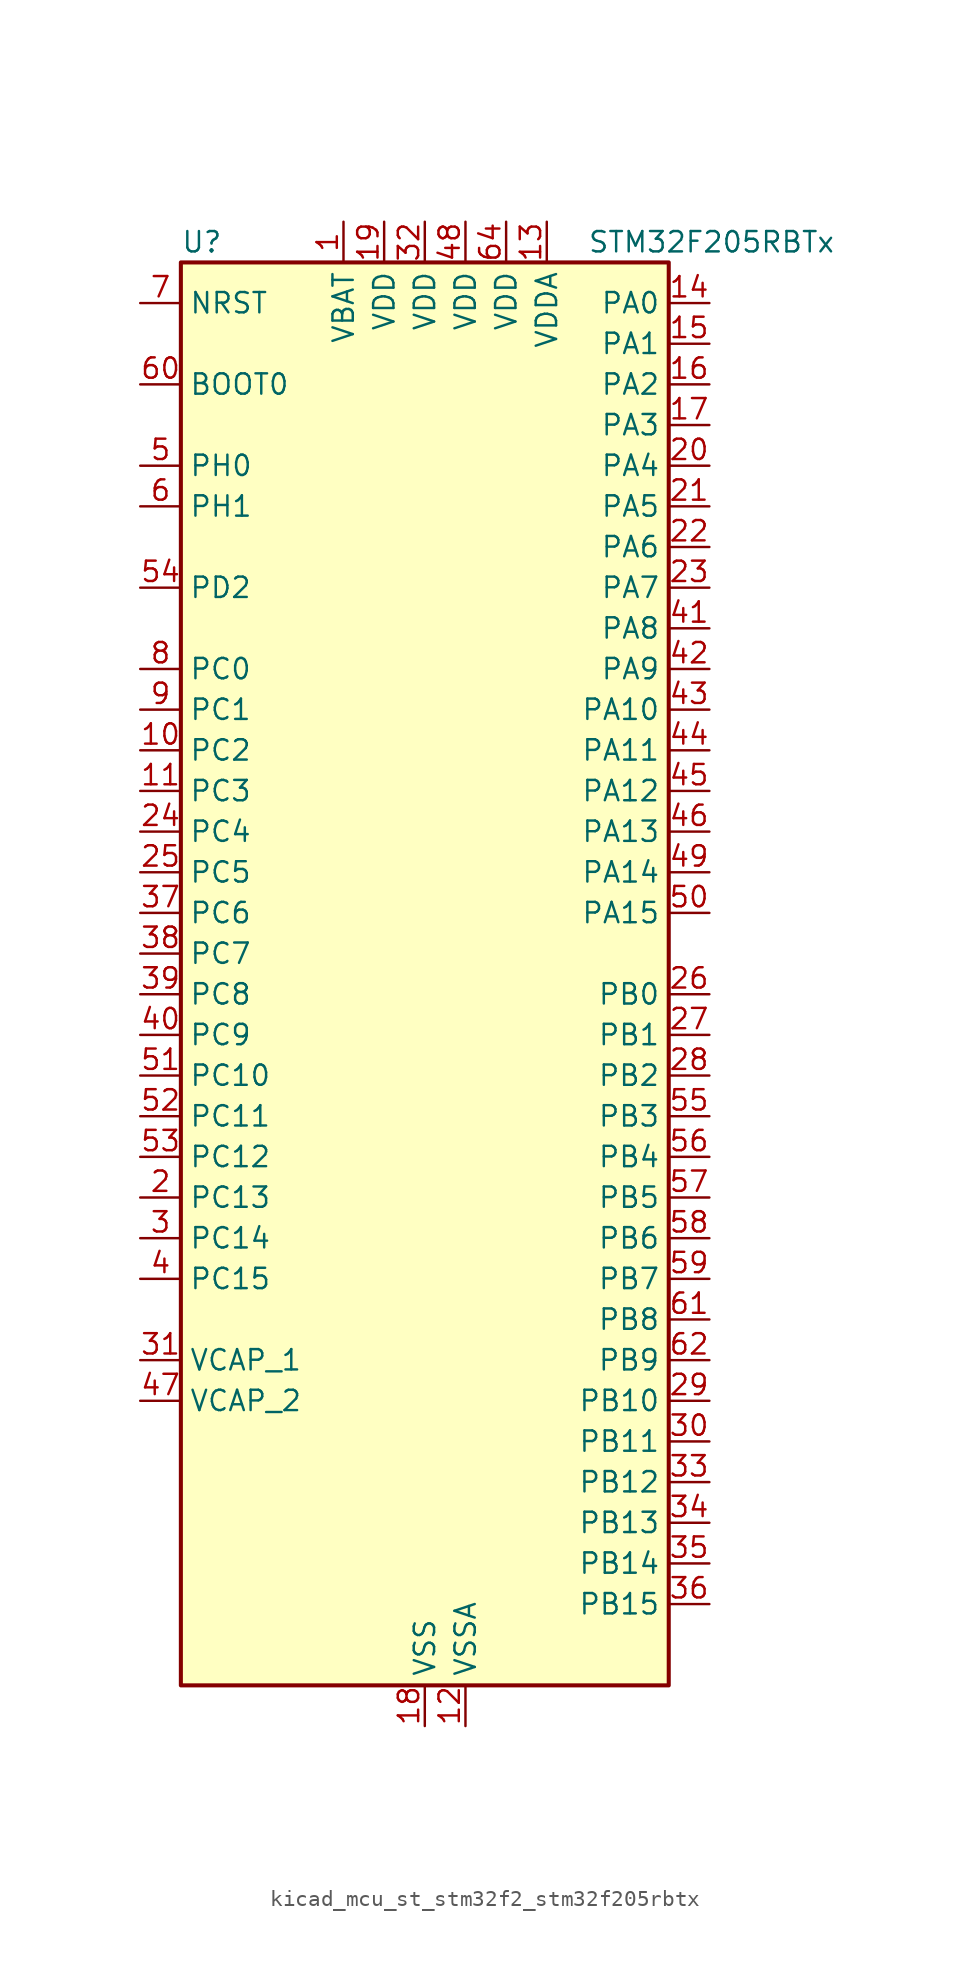
<source format=kicad_sym>
(kicad_symbol_lib
  (version 20220914)
  (generator kicad_symbol_editor)
  (symbol "kicad_mcu_st_stm32f2_stm32f205rbtx"
    (property "Reference" "U"
      (at -15.24 46.99 0)
      (effects (font (size 1.27 1.27)) (justify left)))
    (property "Value" "STM32F205RBTx"
      (at 10.16 46.99 0)
      (effects (font (size 1.27 1.27)) (justify left)))
    (property "ki_locked" ""
      (at 0 0 0)
      (effects (font (size 1.27 1.27))))
    (symbol "kicad_mcu_st_stm32f2_stm32f205rbtx_0_1"
      (rectangle (start -15.24 -43.18) (end 15.24 45.72) (stroke (width 0.254) (type default)) (fill (type background))))
    (symbol "kicad_mcu_st_stm32f2_stm32f205rbtx_1_1"
      (pin power_in line (at -5.08 48.26 270) (length 2.54) (name "VBAT" (effects (font (size 1.27 1.27)))) (number "1" (effects (font (size 1.27 1.27)))))
      (pin bidirectional line (at -17.78 15.24 0) (length 2.54) (name "PC2" (effects (font (size 1.27 1.27)))) (number "10" (effects (font (size 1.27 1.27)))) (alternate "ADC1_IN12" bidirectional line) (alternate "ADC2_IN12" bidirectional line) (alternate "ADC3_IN12" bidirectional line) (alternate "SPI2_MISO" bidirectional line) (alternate "USB_OTG_HS_ULPI_DIR" bidirectional line))
      (pin bidirectional line (at -17.78 12.7 0) (length 2.54) (name "PC3" (effects (font (size 1.27 1.27)))) (number "11" (effects (font (size 1.27 1.27)))) (alternate "ADC1_IN13" bidirectional line) (alternate "ADC2_IN13" bidirectional line) (alternate "ADC3_IN13" bidirectional line) (alternate "I2S2_SD" bidirectional line) (alternate "SPI2_MOSI" bidirectional line) (alternate "USB_OTG_HS_ULPI_NXT" bidirectional line))
      (pin power_in line (at 2.54 -45.72 90) (length 2.54) (name "VSSA" (effects (font (size 1.27 1.27)))) (number "12" (effects (font (size 1.27 1.27)))))
      (pin power_in line (at 7.62 48.26 270) (length 2.54) (name "VDDA" (effects (font (size 1.27 1.27)))) (number "13" (effects (font (size 1.27 1.27)))))
      (pin bidirectional line (at 17.78 43.18 180) (length 2.54) (name "PA0" (effects (font (size 1.27 1.27)))) (number "14" (effects (font (size 1.27 1.27)))) (alternate "ADC1_IN0" bidirectional line) (alternate "ADC2_IN0" bidirectional line) (alternate "ADC3_IN0" bidirectional line) (alternate "SYS_WKUP" bidirectional line) (alternate "TIM2_CH1" bidirectional line) (alternate "TIM2_ETR" bidirectional line) (alternate "TIM5_CH1" bidirectional line) (alternate "TIM8_ETR" bidirectional line) (alternate "UART4_TX" bidirectional line) (alternate "USART2_CTS" bidirectional line))
      (pin bidirectional line (at 17.78 40.64 180) (length 2.54) (name "PA1" (effects (font (size 1.27 1.27)))) (number "15" (effects (font (size 1.27 1.27)))) (alternate "ADC1_IN1" bidirectional line) (alternate "ADC2_IN1" bidirectional line) (alternate "ADC3_IN1" bidirectional line) (alternate "TIM2_CH2" bidirectional line) (alternate "TIM5_CH2" bidirectional line) (alternate "UART4_RX" bidirectional line) (alternate "USART2_RTS" bidirectional line))
      (pin bidirectional line (at 17.78 38.1 180) (length 2.54) (name "PA2" (effects (font (size 1.27 1.27)))) (number "16" (effects (font (size 1.27 1.27)))) (alternate "ADC1_IN2" bidirectional line) (alternate "ADC2_IN2" bidirectional line) (alternate "ADC3_IN2" bidirectional line) (alternate "TIM2_CH3" bidirectional line) (alternate "TIM5_CH3" bidirectional line) (alternate "TIM9_CH1" bidirectional line) (alternate "USART2_TX" bidirectional line))
      (pin bidirectional line (at 17.78 35.56 180) (length 2.54) (name "PA3" (effects (font (size 1.27 1.27)))) (number "17" (effects (font (size 1.27 1.27)))) (alternate "ADC1_IN3" bidirectional line) (alternate "ADC2_IN3" bidirectional line) (alternate "ADC3_IN3" bidirectional line) (alternate "TIM2_CH4" bidirectional line) (alternate "TIM5_CH4" bidirectional line) (alternate "TIM9_CH2" bidirectional line) (alternate "USART2_RX" bidirectional line) (alternate "USB_OTG_HS_ULPI_D0" bidirectional line))
      (pin power_in line (at 0 -45.72 90) (length 2.54) (name "VSS" (effects (font (size 1.27 1.27)))) (number "18" (effects (font (size 1.27 1.27)))))
      (pin power_in line (at -2.54 48.26 270) (length 2.54) (name "VDD" (effects (font (size 1.27 1.27)))) (number "19" (effects (font (size 1.27 1.27)))))
      (pin bidirectional line (at -17.78 -12.7 0) (length 2.54) (name "PC13" (effects (font (size 1.27 1.27)))) (number "2" (effects (font (size 1.27 1.27)))) (alternate "RTC_AF1" bidirectional line))
      (pin bidirectional line (at 17.78 33.02 180) (length 2.54) (name "PA4" (effects (font (size 1.27 1.27)))) (number "20" (effects (font (size 1.27 1.27)))) (alternate "ADC1_IN4" bidirectional line) (alternate "ADC2_IN4" bidirectional line) (alternate "DAC_OUT1" bidirectional line) (alternate "I2S3_WS" bidirectional line) (alternate "SPI1_NSS" bidirectional line) (alternate "SPI3_NSS" bidirectional line) (alternate "USART2_CK" bidirectional line) (alternate "USB_OTG_HS_SOF" bidirectional line))
      (pin bidirectional line (at 17.78 30.48 180) (length 2.54) (name "PA5" (effects (font (size 1.27 1.27)))) (number "21" (effects (font (size 1.27 1.27)))) (alternate "ADC1_IN5" bidirectional line) (alternate "ADC2_IN5" bidirectional line) (alternate "DAC_OUT2" bidirectional line) (alternate "SPI1_SCK" bidirectional line) (alternate "TIM2_CH1" bidirectional line) (alternate "TIM2_ETR" bidirectional line) (alternate "TIM8_CH1N" bidirectional line) (alternate "USB_OTG_HS_ULPI_CK" bidirectional line))
      (pin bidirectional line (at 17.78 27.94 180) (length 2.54) (name "PA6" (effects (font (size 1.27 1.27)))) (number "22" (effects (font (size 1.27 1.27)))) (alternate "ADC1_IN6" bidirectional line) (alternate "ADC2_IN6" bidirectional line) (alternate "SPI1_MISO" bidirectional line) (alternate "TIM13_CH1" bidirectional line) (alternate "TIM1_BKIN" bidirectional line) (alternate "TIM3_CH1" bidirectional line) (alternate "TIM8_BKIN" bidirectional line))
      (pin bidirectional line (at 17.78 25.4 180) (length 2.54) (name "PA7" (effects (font (size 1.27 1.27)))) (number "23" (effects (font (size 1.27 1.27)))) (alternate "ADC1_IN7" bidirectional line) (alternate "ADC2_IN7" bidirectional line) (alternate "SPI1_MOSI" bidirectional line) (alternate "TIM14_CH1" bidirectional line) (alternate "TIM1_CH1N" bidirectional line) (alternate "TIM3_CH2" bidirectional line) (alternate "TIM8_CH1N" bidirectional line))
      (pin bidirectional line (at -17.78 10.16 0) (length 2.54) (name "PC4" (effects (font (size 1.27 1.27)))) (number "24" (effects (font (size 1.27 1.27)))) (alternate "ADC1_IN14" bidirectional line) (alternate "ADC2_IN14" bidirectional line))
      (pin bidirectional line (at -17.78 7.62 0) (length 2.54) (name "PC5" (effects (font (size 1.27 1.27)))) (number "25" (effects (font (size 1.27 1.27)))) (alternate "ADC1_IN15" bidirectional line) (alternate "ADC2_IN15" bidirectional line))
      (pin bidirectional line (at 17.78 0 180) (length 2.54) (name "PB0" (effects (font (size 1.27 1.27)))) (number "26" (effects (font (size 1.27 1.27)))) (alternate "ADC1_IN8" bidirectional line) (alternate "ADC2_IN8" bidirectional line) (alternate "TIM1_CH2N" bidirectional line) (alternate "TIM3_CH3" bidirectional line) (alternate "TIM8_CH2N" bidirectional line) (alternate "USB_OTG_HS_ULPI_D1" bidirectional line))
      (pin bidirectional line (at 17.78 -2.54 180) (length 2.54) (name "PB1" (effects (font (size 1.27 1.27)))) (number "27" (effects (font (size 1.27 1.27)))) (alternate "ADC1_IN9" bidirectional line) (alternate "ADC2_IN9" bidirectional line) (alternate "TIM1_CH3N" bidirectional line) (alternate "TIM3_CH4" bidirectional line) (alternate "TIM8_CH3N" bidirectional line) (alternate "USB_OTG_HS_ULPI_D2" bidirectional line))
      (pin bidirectional line (at 17.78 -5.08 180) (length 2.54) (name "PB2" (effects (font (size 1.27 1.27)))) (number "28" (effects (font (size 1.27 1.27)))))
      (pin bidirectional line (at 17.78 -25.4 180) (length 2.54) (name "PB10" (effects (font (size 1.27 1.27)))) (number "29" (effects (font (size 1.27 1.27)))) (alternate "I2C2_SCL" bidirectional line) (alternate "I2S2_SCK" bidirectional line) (alternate "SPI2_SCK" bidirectional line) (alternate "TIM2_CH3" bidirectional line) (alternate "USART3_TX" bidirectional line) (alternate "USB_OTG_HS_ULPI_D3" bidirectional line))
      (pin bidirectional line (at -17.78 -15.24 0) (length 2.54) (name "PC14" (effects (font (size 1.27 1.27)))) (number "3" (effects (font (size 1.27 1.27)))) (alternate "RCC_OSC32_IN" bidirectional line))
      (pin bidirectional line (at 17.78 -27.94 180) (length 2.54) (name "PB11" (effects (font (size 1.27 1.27)))) (number "30" (effects (font (size 1.27 1.27)))) (alternate "ADC1_EXTI11" bidirectional line) (alternate "ADC2_EXTI11" bidirectional line) (alternate "ADC3_EXTI11" bidirectional line) (alternate "I2C2_SDA" bidirectional line) (alternate "TIM2_CH4" bidirectional line) (alternate "USART3_RX" bidirectional line) (alternate "USB_OTG_HS_ULPI_D4" bidirectional line))
      (pin power_out line (at -17.78 -22.86 0) (length 2.54) (name "VCAP_1" (effects (font (size 1.27 1.27)))) (number "31" (effects (font (size 1.27 1.27)))))
      (pin power_in line (at 0 48.26 270) (length 2.54) (name "VDD" (effects (font (size 1.27 1.27)))) (number "32" (effects (font (size 1.27 1.27)))))
      (pin bidirectional line (at 17.78 -30.48 180) (length 2.54) (name "PB12" (effects (font (size 1.27 1.27)))) (number "33" (effects (font (size 1.27 1.27)))) (alternate "CAN2_RX" bidirectional line) (alternate "I2C2_SMBA" bidirectional line) (alternate "I2S2_WS" bidirectional line) (alternate "SPI2_NSS" bidirectional line) (alternate "TIM1_BKIN" bidirectional line) (alternate "USART3_CK" bidirectional line) (alternate "USB_OTG_HS_ID" bidirectional line) (alternate "USB_OTG_HS_ULPI_D5" bidirectional line))
      (pin bidirectional line (at 17.78 -33.02 180) (length 2.54) (name "PB13" (effects (font (size 1.27 1.27)))) (number "34" (effects (font (size 1.27 1.27)))) (alternate "CAN2_TX" bidirectional line) (alternate "I2S2_SCK" bidirectional line) (alternate "SPI2_SCK" bidirectional line) (alternate "TIM1_CH1N" bidirectional line) (alternate "USART3_CTS" bidirectional line) (alternate "USB_OTG_HS_ULPI_D6" bidirectional line) (alternate "USB_OTG_HS_VBUS" bidirectional line))
      (pin bidirectional line (at 17.78 -35.56 180) (length 2.54) (name "PB14" (effects (font (size 1.27 1.27)))) (number "35" (effects (font (size 1.27 1.27)))) (alternate "SPI2_MISO" bidirectional line) (alternate "TIM12_CH1" bidirectional line) (alternate "TIM1_CH2N" bidirectional line) (alternate "TIM8_CH2N" bidirectional line) (alternate "USART3_RTS" bidirectional line) (alternate "USB_OTG_HS_DM" bidirectional line))
      (pin bidirectional line (at 17.78 -38.1 180) (length 2.54) (name "PB15" (effects (font (size 1.27 1.27)))) (number "36" (effects (font (size 1.27 1.27)))) (alternate "ADC1_EXTI15" bidirectional line) (alternate "ADC2_EXTI15" bidirectional line) (alternate "ADC3_EXTI15" bidirectional line) (alternate "I2S2_SD" bidirectional line) (alternate "RTC_REFIN" bidirectional line) (alternate "SPI2_MOSI" bidirectional line) (alternate "TIM12_CH2" bidirectional line) (alternate "TIM1_CH3N" bidirectional line) (alternate "TIM8_CH3N" bidirectional line) (alternate "USB_OTG_HS_DP" bidirectional line))
      (pin bidirectional line (at -17.78 5.08 0) (length 2.54) (name "PC6" (effects (font (size 1.27 1.27)))) (number "37" (effects (font (size 1.27 1.27)))) (alternate "I2S2_MCK" bidirectional line) (alternate "SDIO_D6" bidirectional line) (alternate "TIM3_CH1" bidirectional line) (alternate "TIM8_CH1" bidirectional line) (alternate "USART6_TX" bidirectional line))
      (pin bidirectional line (at -17.78 2.54 0) (length 2.54) (name "PC7" (effects (font (size 1.27 1.27)))) (number "38" (effects (font (size 1.27 1.27)))) (alternate "I2S3_MCK" bidirectional line) (alternate "SDIO_D7" bidirectional line) (alternate "TIM3_CH2" bidirectional line) (alternate "TIM8_CH2" bidirectional line) (alternate "USART6_RX" bidirectional line))
      (pin bidirectional line (at -17.78 0 0) (length 2.54) (name "PC8" (effects (font (size 1.27 1.27)))) (number "39" (effects (font (size 1.27 1.27)))) (alternate "SDIO_D0" bidirectional line) (alternate "TIM3_CH3" bidirectional line) (alternate "TIM8_CH3" bidirectional line) (alternate "USART6_CK" bidirectional line))
      (pin bidirectional line (at -17.78 -17.78 0) (length 2.54) (name "PC15" (effects (font (size 1.27 1.27)))) (number "4" (effects (font (size 1.27 1.27)))) (alternate "ADC1_EXTI15" bidirectional line) (alternate "ADC2_EXTI15" bidirectional line) (alternate "ADC3_EXTI15" bidirectional line) (alternate "RCC_OSC32_OUT" bidirectional line))
      (pin bidirectional line (at -17.78 -2.54 0) (length 2.54) (name "PC9" (effects (font (size 1.27 1.27)))) (number "40" (effects (font (size 1.27 1.27)))) (alternate "DAC_EXTI9" bidirectional line) (alternate "I2C3_SDA" bidirectional line) (alternate "I2S_CKIN" bidirectional line) (alternate "RCC_MCO_2" bidirectional line) (alternate "SDIO_D1" bidirectional line) (alternate "TIM3_CH4" bidirectional line) (alternate "TIM8_CH4" bidirectional line))
      (pin bidirectional line (at 17.78 22.86 180) (length 2.54) (name "PA8" (effects (font (size 1.27 1.27)))) (number "41" (effects (font (size 1.27 1.27)))) (alternate "I2C3_SCL" bidirectional line) (alternate "RCC_MCO_1" bidirectional line) (alternate "TIM1_CH1" bidirectional line) (alternate "USART1_CK" bidirectional line) (alternate "USB_OTG_FS_SOF" bidirectional line))
      (pin bidirectional line (at 17.78 20.32 180) (length 2.54) (name "PA9" (effects (font (size 1.27 1.27)))) (number "42" (effects (font (size 1.27 1.27)))) (alternate "DAC_EXTI9" bidirectional line) (alternate "I2C3_SMBA" bidirectional line) (alternate "TIM1_CH2" bidirectional line) (alternate "USART1_TX" bidirectional line) (alternate "USB_OTG_FS_VBUS" bidirectional line))
      (pin bidirectional line (at 17.78 17.78 180) (length 2.54) (name "PA10" (effects (font (size 1.27 1.27)))) (number "43" (effects (font (size 1.27 1.27)))) (alternate "TIM1_CH3" bidirectional line) (alternate "USART1_RX" bidirectional line) (alternate "USB_OTG_FS_ID" bidirectional line))
      (pin bidirectional line (at 17.78 15.24 180) (length 2.54) (name "PA11" (effects (font (size 1.27 1.27)))) (number "44" (effects (font (size 1.27 1.27)))) (alternate "ADC1_EXTI11" bidirectional line) (alternate "ADC2_EXTI11" bidirectional line) (alternate "ADC3_EXTI11" bidirectional line) (alternate "CAN1_RX" bidirectional line) (alternate "TIM1_CH4" bidirectional line) (alternate "USART1_CTS" bidirectional line) (alternate "USB_OTG_FS_DM" bidirectional line))
      (pin bidirectional line (at 17.78 12.7 180) (length 2.54) (name "PA12" (effects (font (size 1.27 1.27)))) (number "45" (effects (font (size 1.27 1.27)))) (alternate "CAN1_TX" bidirectional line) (alternate "TIM1_ETR" bidirectional line) (alternate "USART1_RTS" bidirectional line) (alternate "USB_OTG_FS_DP" bidirectional line))
      (pin bidirectional line (at 17.78 10.16 180) (length 2.54) (name "PA13" (effects (font (size 1.27 1.27)))) (number "46" (effects (font (size 1.27 1.27)))) (alternate "SYS_JTMS-SWDIO" bidirectional line))
      (pin power_out line (at -17.78 -25.4 0) (length 2.54) (name "VCAP_2" (effects (font (size 1.27 1.27)))) (number "47" (effects (font (size 1.27 1.27)))))
      (pin power_in line (at 2.54 48.26 270) (length 2.54) (name "VDD" (effects (font (size 1.27 1.27)))) (number "48" (effects (font (size 1.27 1.27)))))
      (pin bidirectional line (at 17.78 7.62 180) (length 2.54) (name "PA14" (effects (font (size 1.27 1.27)))) (number "49" (effects (font (size 1.27 1.27)))) (alternate "SYS_JTCK-SWCLK" bidirectional line))
      (pin bidirectional line (at -17.78 33.02 0) (length 2.54) (name "PH0" (effects (font (size 1.27 1.27)))) (number "5" (effects (font (size 1.27 1.27)))) (alternate "RCC_OSC_IN" bidirectional line))
      (pin bidirectional line (at 17.78 5.08 180) (length 2.54) (name "PA15" (effects (font (size 1.27 1.27)))) (number "50" (effects (font (size 1.27 1.27)))) (alternate "ADC1_EXTI15" bidirectional line) (alternate "ADC2_EXTI15" bidirectional line) (alternate "ADC3_EXTI15" bidirectional line) (alternate "I2S3_WS" bidirectional line) (alternate "SPI1_NSS" bidirectional line) (alternate "SPI3_NSS" bidirectional line) (alternate "SYS_JTDI" bidirectional line) (alternate "TIM2_CH1" bidirectional line) (alternate "TIM2_ETR" bidirectional line))
      (pin bidirectional line (at -17.78 -5.08 0) (length 2.54) (name "PC10" (effects (font (size 1.27 1.27)))) (number "51" (effects (font (size 1.27 1.27)))) (alternate "I2S3_SCK" bidirectional line) (alternate "SDIO_D2" bidirectional line) (alternate "SPI3_SCK" bidirectional line) (alternate "UART4_TX" bidirectional line) (alternate "USART3_TX" bidirectional line))
      (pin bidirectional line (at -17.78 -7.62 0) (length 2.54) (name "PC11" (effects (font (size 1.27 1.27)))) (number "52" (effects (font (size 1.27 1.27)))) (alternate "ADC1_EXTI11" bidirectional line) (alternate "ADC2_EXTI11" bidirectional line) (alternate "ADC3_EXTI11" bidirectional line) (alternate "SDIO_D3" bidirectional line) (alternate "SPI3_MISO" bidirectional line) (alternate "UART4_RX" bidirectional line) (alternate "USART3_RX" bidirectional line))
      (pin bidirectional line (at -17.78 -10.16 0) (length 2.54) (name "PC12" (effects (font (size 1.27 1.27)))) (number "53" (effects (font (size 1.27 1.27)))) (alternate "I2S3_SD" bidirectional line) (alternate "SDIO_CK" bidirectional line) (alternate "SPI3_MOSI" bidirectional line) (alternate "UART5_TX" bidirectional line) (alternate "USART3_CK" bidirectional line))
      (pin bidirectional line (at -17.78 25.4 0) (length 2.54) (name "PD2" (effects (font (size 1.27 1.27)))) (number "54" (effects (font (size 1.27 1.27)))) (alternate "SDIO_CMD" bidirectional line) (alternate "TIM3_ETR" bidirectional line) (alternate "UART5_RX" bidirectional line))
      (pin bidirectional line (at 17.78 -7.62 180) (length 2.54) (name "PB3" (effects (font (size 1.27 1.27)))) (number "55" (effects (font (size 1.27 1.27)))) (alternate "I2S3_SCK" bidirectional line) (alternate "SPI1_SCK" bidirectional line) (alternate "SPI3_SCK" bidirectional line) (alternate "SYS_JTDO-SWO" bidirectional line) (alternate "TIM2_CH2" bidirectional line))
      (pin bidirectional line (at 17.78 -10.16 180) (length 2.54) (name "PB4" (effects (font (size 1.27 1.27)))) (number "56" (effects (font (size 1.27 1.27)))) (alternate "SPI1_MISO" bidirectional line) (alternate "SPI3_MISO" bidirectional line) (alternate "SYS_JTRST" bidirectional line) (alternate "TIM3_CH1" bidirectional line))
      (pin bidirectional line (at 17.78 -12.7 180) (length 2.54) (name "PB5" (effects (font (size 1.27 1.27)))) (number "57" (effects (font (size 1.27 1.27)))) (alternate "CAN2_RX" bidirectional line) (alternate "I2C1_SMBA" bidirectional line) (alternate "I2S3_SD" bidirectional line) (alternate "SPI1_MOSI" bidirectional line) (alternate "SPI3_MOSI" bidirectional line) (alternate "TIM3_CH2" bidirectional line) (alternate "USB_OTG_HS_ULPI_D7" bidirectional line))
      (pin bidirectional line (at 17.78 -15.24 180) (length 2.54) (name "PB6" (effects (font (size 1.27 1.27)))) (number "58" (effects (font (size 1.27 1.27)))) (alternate "CAN2_TX" bidirectional line) (alternate "I2C1_SCL" bidirectional line) (alternate "TIM4_CH1" bidirectional line) (alternate "USART1_TX" bidirectional line))
      (pin bidirectional line (at 17.78 -17.78 180) (length 2.54) (name "PB7" (effects (font (size 1.27 1.27)))) (number "59" (effects (font (size 1.27 1.27)))) (alternate "I2C1_SDA" bidirectional line) (alternate "TIM4_CH2" bidirectional line) (alternate "USART1_RX" bidirectional line))
      (pin bidirectional line (at -17.78 30.48 0) (length 2.54) (name "PH1" (effects (font (size 1.27 1.27)))) (number "6" (effects (font (size 1.27 1.27)))) (alternate "RCC_OSC_OUT" bidirectional line))
      (pin input line (at -17.78 38.1 0) (length 2.54) (name "BOOT0" (effects (font (size 1.27 1.27)))) (number "60" (effects (font (size 1.27 1.27)))))
      (pin bidirectional line (at 17.78 -20.32 180) (length 2.54) (name "PB8" (effects (font (size 1.27 1.27)))) (number "61" (effects (font (size 1.27 1.27)))) (alternate "CAN1_RX" bidirectional line) (alternate "I2C1_SCL" bidirectional line) (alternate "SDIO_D4" bidirectional line) (alternate "TIM10_CH1" bidirectional line) (alternate "TIM4_CH3" bidirectional line))
      (pin bidirectional line (at 17.78 -22.86 180) (length 2.54) (name "PB9" (effects (font (size 1.27 1.27)))) (number "62" (effects (font (size 1.27 1.27)))) (alternate "CAN1_TX" bidirectional line) (alternate "DAC_EXTI9" bidirectional line) (alternate "I2C1_SDA" bidirectional line) (alternate "I2S2_WS" bidirectional line) (alternate "SDIO_D5" bidirectional line) (alternate "SPI2_NSS" bidirectional line) (alternate "TIM11_CH1" bidirectional line) (alternate "TIM4_CH4" bidirectional line))
      (pin passive line (at 0 -45.72 90) (length 2.54) hide (name "VSS" (effects (font (size 1.27 1.27)))) (number "63" (effects (font (size 1.27 1.27)))))
      (pin power_in line (at 5.08 48.26 270) (length 2.54) (name "VDD" (effects (font (size 1.27 1.27)))) (number "64" (effects (font (size 1.27 1.27)))))
      (pin input line (at -17.78 43.18 0) (length 2.54) (name "NRST" (effects (font (size 1.27 1.27)))) (number "7" (effects (font (size 1.27 1.27)))))
      (pin bidirectional line (at -17.78 20.32 0) (length 2.54) (name "PC0" (effects (font (size 1.27 1.27)))) (number "8" (effects (font (size 1.27 1.27)))) (alternate "ADC1_IN10" bidirectional line) (alternate "ADC2_IN10" bidirectional line) (alternate "ADC3_IN10" bidirectional line) (alternate "USB_OTG_HS_ULPI_STP" bidirectional line))
      (pin bidirectional line (at -17.78 17.78 0) (length 2.54) (name "PC1" (effects (font (size 1.27 1.27)))) (number "9" (effects (font (size 1.27 1.27)))) (alternate "ADC1_IN11" bidirectional line) (alternate "ADC2_IN11" bidirectional line) (alternate "ADC3_IN11" bidirectional line)))))
</source>
